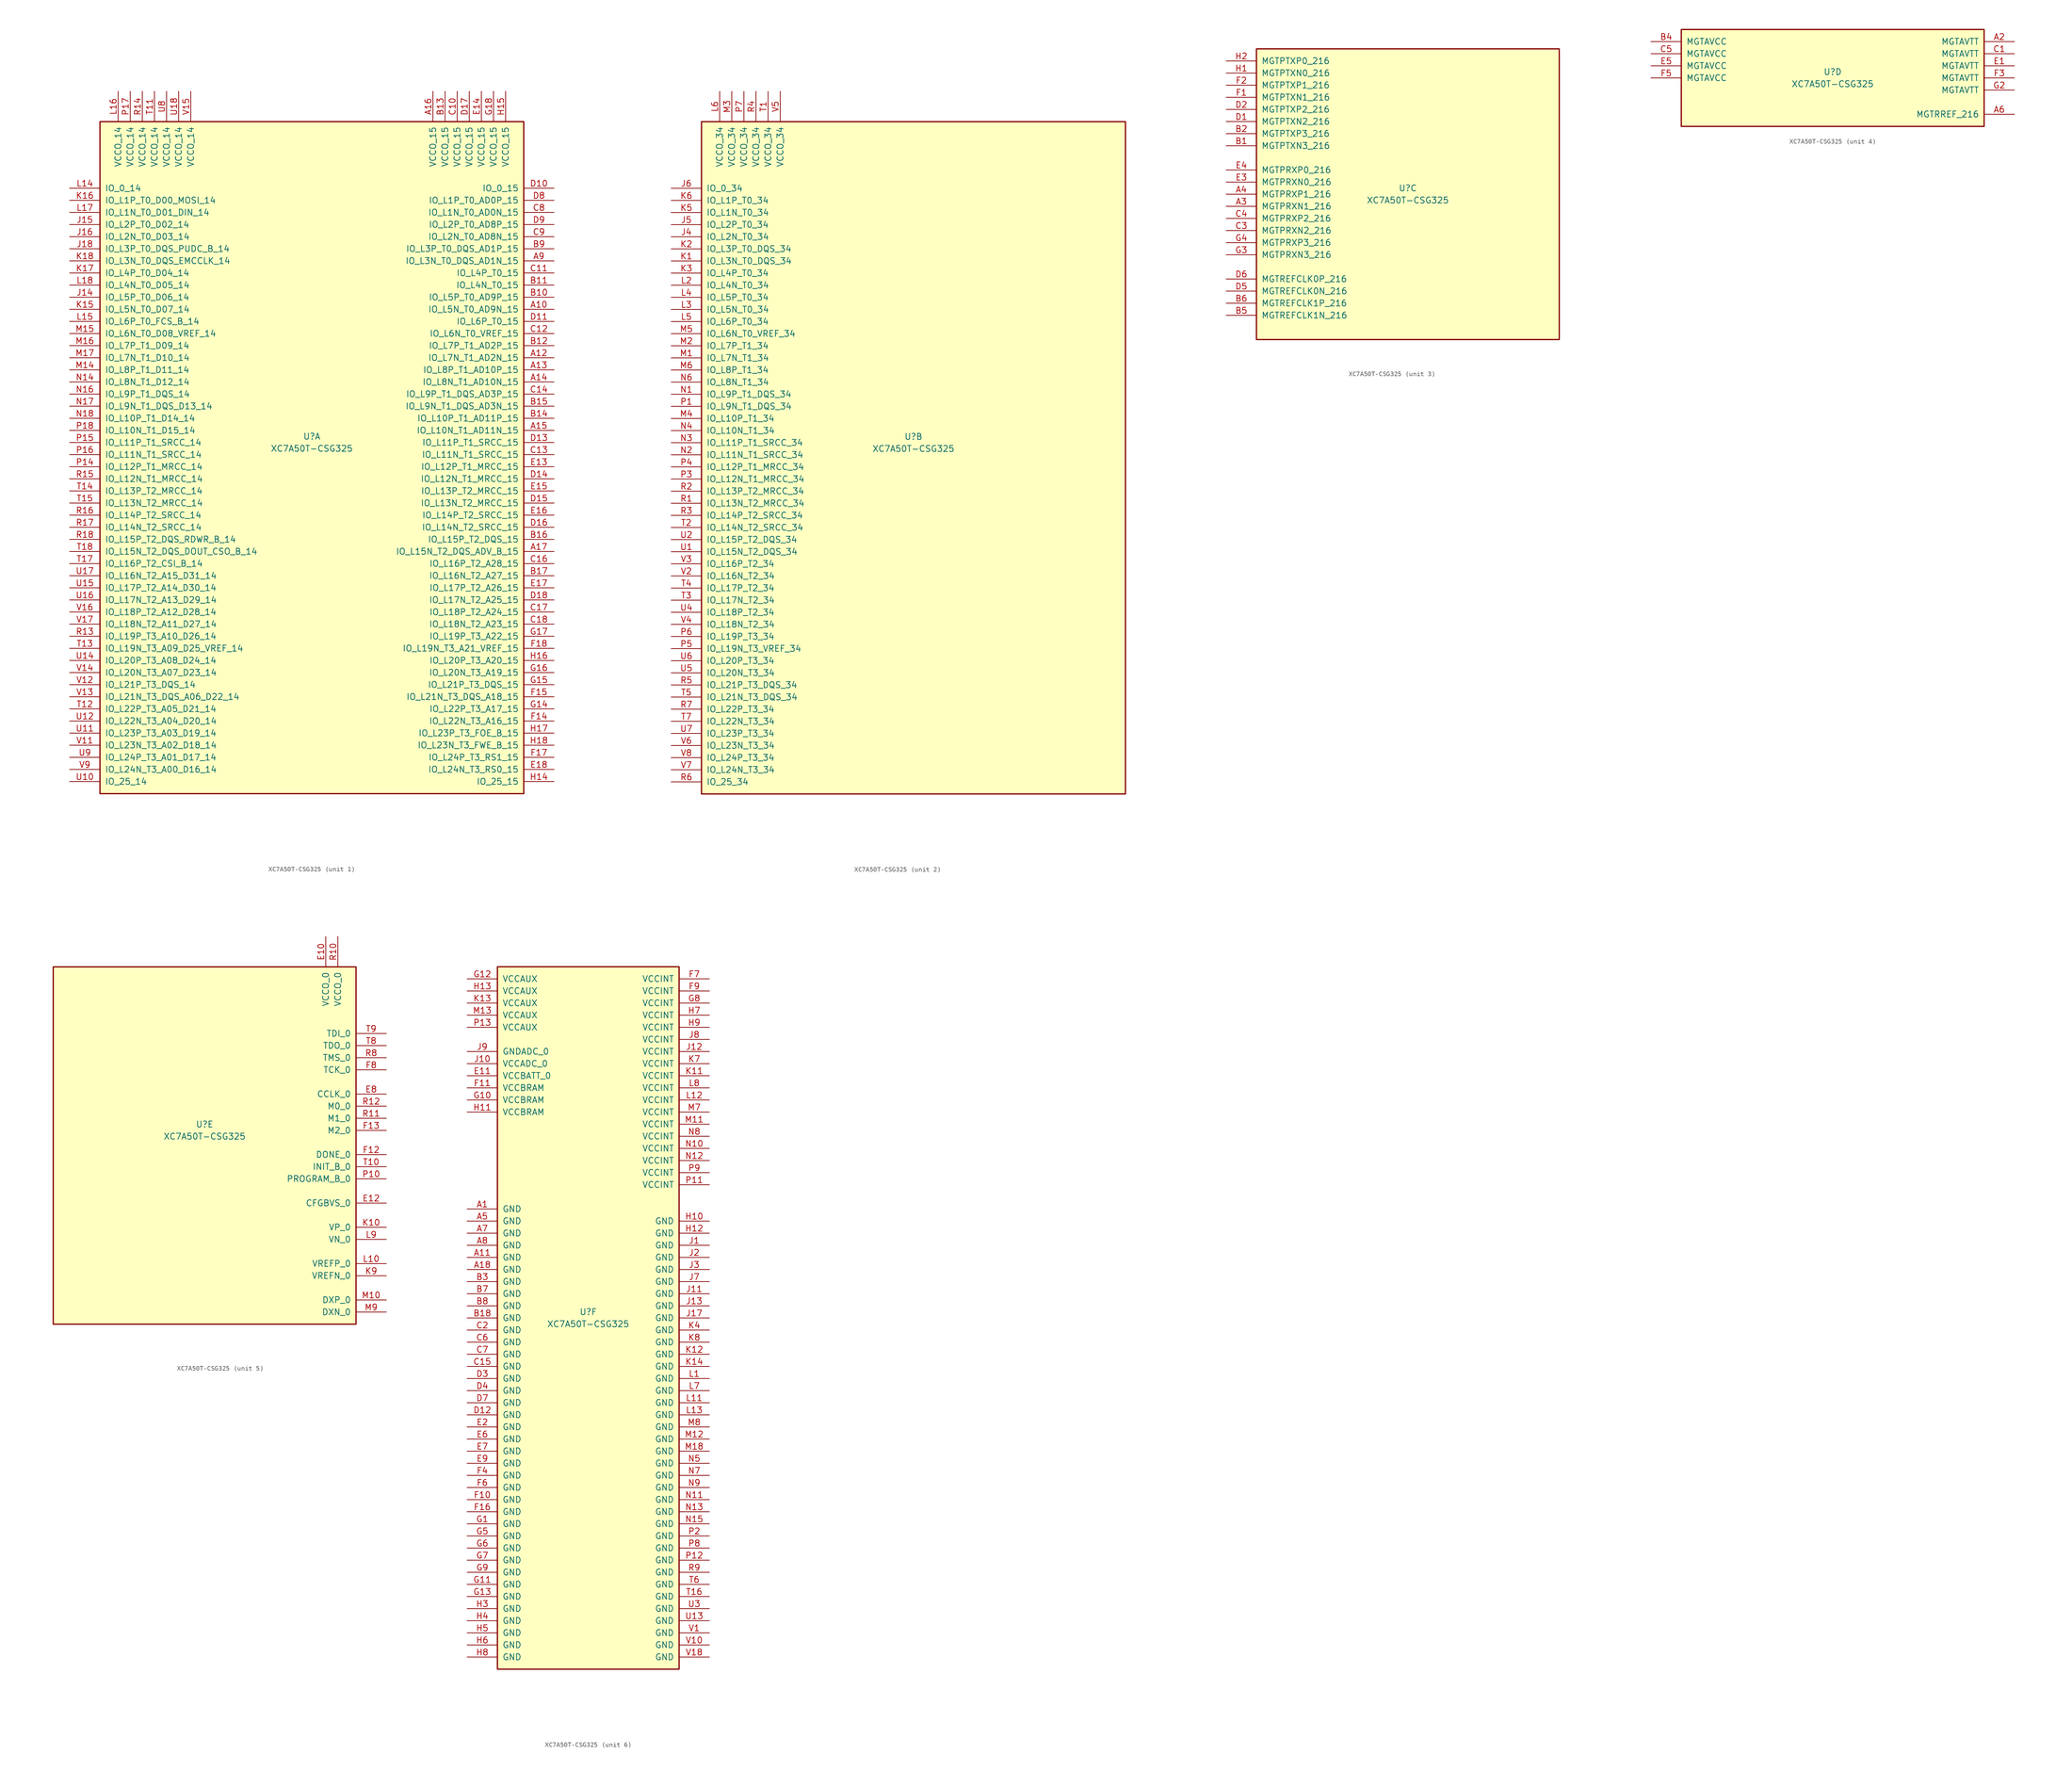
<source format=kicad_sym>
(kicad_symbol_lib
  (version 20211014)
  (generator kicad_symbol_editor)
  (symbol "XC7A50T-CSG325"
    (pin_names
      (offset 1.016))
    (property "Reference" "U"
      (at 0 1.27 0)
      (effects (font (size 1.27 1.27))))
    (property "Value" "XC7A50T-CSG325"
      (at 0 -1.27 0)
      (effects (font (size 1.27 1.27))))
    (property "Datasheet" ""
      (at 0 0 0)
      (effects (font (size 1.27 1.27))))
    (property "ki_locked" ""
      (at 0 0 0)
      (effects (font (size 1.27 1.27))))
    (symbol "XC7A50T-CSG325_1_1"
      (rectangle (start -44.45 67.31) (end 44.45 -73.66) (stroke (width 0.254) (type default) (color 0 0 0 0)) (fill (type background)))
      (pin bidirectional line (at 50.8 27.94 180) (length 6.35) (name "IO_L5N_T0_AD9N_15" (effects (font (size 1.27 1.27)))) (number "A10" (effects (font (size 1.27 1.27)))))
      (pin bidirectional line (at 50.8 17.78 180) (length 6.35) (name "IO_L7N_T1_AD2N_15" (effects (font (size 1.27 1.27)))) (number "A12" (effects (font (size 1.27 1.27)))))
      (pin bidirectional line (at 50.8 15.24 180) (length 6.35) (name "IO_L8P_T1_AD10P_15" (effects (font (size 1.27 1.27)))) (number "A13" (effects (font (size 1.27 1.27)))))
      (pin bidirectional line (at 50.8 12.7 180) (length 6.35) (name "IO_L8N_T1_AD10N_15" (effects (font (size 1.27 1.27)))) (number "A14" (effects (font (size 1.27 1.27)))))
      (pin bidirectional line (at 50.8 2.54 180) (length 6.35) (name "IO_L10N_T1_AD11N_15" (effects (font (size 1.27 1.27)))) (number "A15" (effects (font (size 1.27 1.27)))))
      (pin power_in line (at 25.4 73.66 270) (length 6.35) (name "VCCO_15" (effects (font (size 1.27 1.27)))) (number "A16" (effects (font (size 1.27 1.27)))))
      (pin bidirectional line (at 50.8 -22.86 180) (length 6.35) (name "IO_L15N_T2_DQS_ADV_B_15" (effects (font (size 1.27 1.27)))) (number "A17" (effects (font (size 1.27 1.27)))))
      (pin bidirectional line (at 50.8 38.1 180) (length 6.35) (name "IO_L3N_T0_DQS_AD1N_15" (effects (font (size 1.27 1.27)))) (number "A9" (effects (font (size 1.27 1.27)))))
      (pin bidirectional line (at 50.8 30.48 180) (length 6.35) (name "IO_L5P_T0_AD9P_15" (effects (font (size 1.27 1.27)))) (number "B10" (effects (font (size 1.27 1.27)))))
      (pin bidirectional line (at 50.8 33.02 180) (length 6.35) (name "IO_L4N_T0_15" (effects (font (size 1.27 1.27)))) (number "B11" (effects (font (size 1.27 1.27)))))
      (pin bidirectional line (at 50.8 20.32 180) (length 6.35) (name "IO_L7P_T1_AD2P_15" (effects (font (size 1.27 1.27)))) (number "B12" (effects (font (size 1.27 1.27)))))
      (pin power_in line (at 27.94 73.66 270) (length 6.35) (name "VCCO_15" (effects (font (size 1.27 1.27)))) (number "B13" (effects (font (size 1.27 1.27)))))
      (pin bidirectional line (at 50.8 5.08 180) (length 6.35) (name "IO_L10P_T1_AD11P_15" (effects (font (size 1.27 1.27)))) (number "B14" (effects (font (size 1.27 1.27)))))
      (pin bidirectional line (at 50.8 7.62 180) (length 6.35) (name "IO_L9N_T1_DQS_AD3N_15" (effects (font (size 1.27 1.27)))) (number "B15" (effects (font (size 1.27 1.27)))))
      (pin bidirectional line (at 50.8 -20.32 180) (length 6.35) (name "IO_L15P_T2_DQS_15" (effects (font (size 1.27 1.27)))) (number "B16" (effects (font (size 1.27 1.27)))))
      (pin bidirectional line (at 50.8 -27.94 180) (length 6.35) (name "IO_L16N_T2_A27_15" (effects (font (size 1.27 1.27)))) (number "B17" (effects (font (size 1.27 1.27)))))
      (pin bidirectional line (at 50.8 40.64 180) (length 6.35) (name "IO_L3P_T0_DQS_AD1P_15" (effects (font (size 1.27 1.27)))) (number "B9" (effects (font (size 1.27 1.27)))))
      (pin power_in line (at 30.48 73.66 270) (length 6.35) (name "VCCO_15" (effects (font (size 1.27 1.27)))) (number "C10" (effects (font (size 1.27 1.27)))))
      (pin bidirectional line (at 50.8 35.56 180) (length 6.35) (name "IO_L4P_T0_15" (effects (font (size 1.27 1.27)))) (number "C11" (effects (font (size 1.27 1.27)))))
      (pin bidirectional line (at 50.8 22.86 180) (length 6.35) (name "IO_L6N_T0_VREF_15" (effects (font (size 1.27 1.27)))) (number "C12" (effects (font (size 1.27 1.27)))))
      (pin bidirectional line (at 50.8 -2.54 180) (length 6.35) (name "IO_L11N_T1_SRCC_15" (effects (font (size 1.27 1.27)))) (number "C13" (effects (font (size 1.27 1.27)))))
      (pin bidirectional line (at 50.8 10.16 180) (length 6.35) (name "IO_L9P_T1_DQS_AD3P_15" (effects (font (size 1.27 1.27)))) (number "C14" (effects (font (size 1.27 1.27)))))
      (pin bidirectional line (at 50.8 -25.4 180) (length 6.35) (name "IO_L16P_T2_A28_15" (effects (font (size 1.27 1.27)))) (number "C16" (effects (font (size 1.27 1.27)))))
      (pin bidirectional line (at 50.8 -35.56 180) (length 6.35) (name "IO_L18P_T2_A24_15" (effects (font (size 1.27 1.27)))) (number "C17" (effects (font (size 1.27 1.27)))))
      (pin bidirectional line (at 50.8 -38.1 180) (length 6.35) (name "IO_L18N_T2_A23_15" (effects (font (size 1.27 1.27)))) (number "C18" (effects (font (size 1.27 1.27)))))
      (pin bidirectional line (at 50.8 48.26 180) (length 6.35) (name "IO_L1N_T0_AD0N_15" (effects (font (size 1.27 1.27)))) (number "C8" (effects (font (size 1.27 1.27)))))
      (pin bidirectional line (at 50.8 43.18 180) (length 6.35) (name "IO_L2N_T0_AD8N_15" (effects (font (size 1.27 1.27)))) (number "C9" (effects (font (size 1.27 1.27)))))
      (pin bidirectional line (at 50.8 53.34 180) (length 6.35) (name "IO_0_15" (effects (font (size 1.27 1.27)))) (number "D10" (effects (font (size 1.27 1.27)))))
      (pin bidirectional line (at 50.8 25.4 180) (length 6.35) (name "IO_L6P_T0_15" (effects (font (size 1.27 1.27)))) (number "D11" (effects (font (size 1.27 1.27)))))
      (pin bidirectional line (at 50.8 0 180) (length 6.35) (name "IO_L11P_T1_SRCC_15" (effects (font (size 1.27 1.27)))) (number "D13" (effects (font (size 1.27 1.27)))))
      (pin bidirectional line (at 50.8 -7.62 180) (length 6.35) (name "IO_L12N_T1_MRCC_15" (effects (font (size 1.27 1.27)))) (number "D14" (effects (font (size 1.27 1.27)))))
      (pin bidirectional line (at 50.8 -12.7 180) (length 6.35) (name "IO_L13N_T2_MRCC_15" (effects (font (size 1.27 1.27)))) (number "D15" (effects (font (size 1.27 1.27)))))
      (pin bidirectional line (at 50.8 -17.78 180) (length 6.35) (name "IO_L14N_T2_SRCC_15" (effects (font (size 1.27 1.27)))) (number "D16" (effects (font (size 1.27 1.27)))))
      (pin power_in line (at 33.02 73.66 270) (length 6.35) (name "VCCO_15" (effects (font (size 1.27 1.27)))) (number "D17" (effects (font (size 1.27 1.27)))))
      (pin bidirectional line (at 50.8 -33.02 180) (length 6.35) (name "IO_L17N_T2_A25_15" (effects (font (size 1.27 1.27)))) (number "D18" (effects (font (size 1.27 1.27)))))
      (pin bidirectional line (at 50.8 50.8 180) (length 6.35) (name "IO_L1P_T0_AD0P_15" (effects (font (size 1.27 1.27)))) (number "D8" (effects (font (size 1.27 1.27)))))
      (pin bidirectional line (at 50.8 45.72 180) (length 6.35) (name "IO_L2P_T0_AD8P_15" (effects (font (size 1.27 1.27)))) (number "D9" (effects (font (size 1.27 1.27)))))
      (pin bidirectional line (at 50.8 -5.08 180) (length 6.35) (name "IO_L12P_T1_MRCC_15" (effects (font (size 1.27 1.27)))) (number "E13" (effects (font (size 1.27 1.27)))))
      (pin power_in line (at 35.56 73.66 270) (length 6.35) (name "VCCO_15" (effects (font (size 1.27 1.27)))) (number "E14" (effects (font (size 1.27 1.27)))))
      (pin bidirectional line (at 50.8 -10.16 180) (length 6.35) (name "IO_L13P_T2_MRCC_15" (effects (font (size 1.27 1.27)))) (number "E15" (effects (font (size 1.27 1.27)))))
      (pin bidirectional line (at 50.8 -15.24 180) (length 6.35) (name "IO_L14P_T2_SRCC_15" (effects (font (size 1.27 1.27)))) (number "E16" (effects (font (size 1.27 1.27)))))
      (pin bidirectional line (at 50.8 -30.48 180) (length 6.35) (name "IO_L17P_T2_A26_15" (effects (font (size 1.27 1.27)))) (number "E17" (effects (font (size 1.27 1.27)))))
      (pin bidirectional line (at 50.8 -68.58 180) (length 6.35) (name "IO_L24N_T3_RS0_15" (effects (font (size 1.27 1.27)))) (number "E18" (effects (font (size 1.27 1.27)))))
      (pin bidirectional line (at 50.8 -58.42 180) (length 6.35) (name "IO_L22N_T3_A16_15" (effects (font (size 1.27 1.27)))) (number "F14" (effects (font (size 1.27 1.27)))))
      (pin bidirectional line (at 50.8 -53.34 180) (length 6.35) (name "IO_L21N_T3_DQS_A18_15" (effects (font (size 1.27 1.27)))) (number "F15" (effects (font (size 1.27 1.27)))))
      (pin bidirectional line (at 50.8 -66.04 180) (length 6.35) (name "IO_L24P_T3_RS1_15" (effects (font (size 1.27 1.27)))) (number "F17" (effects (font (size 1.27 1.27)))))
      (pin bidirectional line (at 50.8 -43.18 180) (length 6.35) (name "IO_L19N_T3_A21_VREF_15" (effects (font (size 1.27 1.27)))) (number "F18" (effects (font (size 1.27 1.27)))))
      (pin bidirectional line (at 50.8 -55.88 180) (length 6.35) (name "IO_L22P_T3_A17_15" (effects (font (size 1.27 1.27)))) (number "G14" (effects (font (size 1.27 1.27)))))
      (pin bidirectional line (at 50.8 -50.8 180) (length 6.35) (name "IO_L21P_T3_DQS_15" (effects (font (size 1.27 1.27)))) (number "G15" (effects (font (size 1.27 1.27)))))
      (pin bidirectional line (at 50.8 -48.26 180) (length 6.35) (name "IO_L20N_T3_A19_15" (effects (font (size 1.27 1.27)))) (number "G16" (effects (font (size 1.27 1.27)))))
      (pin bidirectional line (at 50.8 -40.64 180) (length 6.35) (name "IO_L19P_T3_A22_15" (effects (font (size 1.27 1.27)))) (number "G17" (effects (font (size 1.27 1.27)))))
      (pin power_in line (at 38.1 73.66 270) (length 6.35) (name "VCCO_15" (effects (font (size 1.27 1.27)))) (number "G18" (effects (font (size 1.27 1.27)))))
      (pin bidirectional line (at 50.8 -71.12 180) (length 6.35) (name "IO_25_15" (effects (font (size 1.27 1.27)))) (number "H14" (effects (font (size 1.27 1.27)))))
      (pin power_in line (at 40.64 73.66 270) (length 6.35) (name "VCCO_15" (effects (font (size 1.27 1.27)))) (number "H15" (effects (font (size 1.27 1.27)))))
      (pin bidirectional line (at 50.8 -45.72 180) (length 6.35) (name "IO_L20P_T3_A20_15" (effects (font (size 1.27 1.27)))) (number "H16" (effects (font (size 1.27 1.27)))))
      (pin bidirectional line (at 50.8 -60.96 180) (length 6.35) (name "IO_L23P_T3_FOE_B_15" (effects (font (size 1.27 1.27)))) (number "H17" (effects (font (size 1.27 1.27)))))
      (pin bidirectional line (at 50.8 -63.5 180) (length 6.35) (name "IO_L23N_T3_FWE_B_15" (effects (font (size 1.27 1.27)))) (number "H18" (effects (font (size 1.27 1.27)))))
      (pin bidirectional line (at -50.8 30.48 0) (length 6.35) (name "IO_L5P_T0_D06_14" (effects (font (size 1.27 1.27)))) (number "J14" (effects (font (size 1.27 1.27)))))
      (pin bidirectional line (at -50.8 45.72 0) (length 6.35) (name "IO_L2P_T0_D02_14" (effects (font (size 1.27 1.27)))) (number "J15" (effects (font (size 1.27 1.27)))))
      (pin bidirectional line (at -50.8 43.18 0) (length 6.35) (name "IO_L2N_T0_D03_14" (effects (font (size 1.27 1.27)))) (number "J16" (effects (font (size 1.27 1.27)))))
      (pin bidirectional line (at -50.8 40.64 0) (length 6.35) (name "IO_L3P_T0_DQS_PUDC_B_14" (effects (font (size 1.27 1.27)))) (number "J18" (effects (font (size 1.27 1.27)))))
      (pin bidirectional line (at -50.8 27.94 0) (length 6.35) (name "IO_L5N_T0_D07_14" (effects (font (size 1.27 1.27)))) (number "K15" (effects (font (size 1.27 1.27)))))
      (pin bidirectional line (at -50.8 50.8 0) (length 6.35) (name "IO_L1P_T0_D00_MOSI_14" (effects (font (size 1.27 1.27)))) (number "K16" (effects (font (size 1.27 1.27)))))
      (pin bidirectional line (at -50.8 35.56 0) (length 6.35) (name "IO_L4P_T0_D04_14" (effects (font (size 1.27 1.27)))) (number "K17" (effects (font (size 1.27 1.27)))))
      (pin bidirectional line (at -50.8 38.1 0) (length 6.35) (name "IO_L3N_T0_DQS_EMCCLK_14" (effects (font (size 1.27 1.27)))) (number "K18" (effects (font (size 1.27 1.27)))))
      (pin bidirectional line (at -50.8 53.34 0) (length 6.35) (name "IO_0_14" (effects (font (size 1.27 1.27)))) (number "L14" (effects (font (size 1.27 1.27)))))
      (pin bidirectional line (at -50.8 25.4 0) (length 6.35) (name "IO_L6P_T0_FCS_B_14" (effects (font (size 1.27 1.27)))) (number "L15" (effects (font (size 1.27 1.27)))))
      (pin power_in line (at -40.64 73.66 270) (length 6.35) (name "VCCO_14" (effects (font (size 1.27 1.27)))) (number "L16" (effects (font (size 1.27 1.27)))))
      (pin bidirectional line (at -50.8 48.26 0) (length 6.35) (name "IO_L1N_T0_D01_DIN_14" (effects (font (size 1.27 1.27)))) (number "L17" (effects (font (size 1.27 1.27)))))
      (pin bidirectional line (at -50.8 33.02 0) (length 6.35) (name "IO_L4N_T0_D05_14" (effects (font (size 1.27 1.27)))) (number "L18" (effects (font (size 1.27 1.27)))))
      (pin bidirectional line (at -50.8 15.24 0) (length 6.35) (name "IO_L8P_T1_D11_14" (effects (font (size 1.27 1.27)))) (number "M14" (effects (font (size 1.27 1.27)))))
      (pin bidirectional line (at -50.8 22.86 0) (length 6.35) (name "IO_L6N_T0_D08_VREF_14" (effects (font (size 1.27 1.27)))) (number "M15" (effects (font (size 1.27 1.27)))))
      (pin bidirectional line (at -50.8 20.32 0) (length 6.35) (name "IO_L7P_T1_D09_14" (effects (font (size 1.27 1.27)))) (number "M16" (effects (font (size 1.27 1.27)))))
      (pin bidirectional line (at -50.8 17.78 0) (length 6.35) (name "IO_L7N_T1_D10_14" (effects (font (size 1.27 1.27)))) (number "M17" (effects (font (size 1.27 1.27)))))
      (pin bidirectional line (at -50.8 12.7 0) (length 6.35) (name "IO_L8N_T1_D12_14" (effects (font (size 1.27 1.27)))) (number "N14" (effects (font (size 1.27 1.27)))))
      (pin bidirectional line (at -50.8 10.16 0) (length 6.35) (name "IO_L9P_T1_DQS_14" (effects (font (size 1.27 1.27)))) (number "N16" (effects (font (size 1.27 1.27)))))
      (pin bidirectional line (at -50.8 7.62 0) (length 6.35) (name "IO_L9N_T1_DQS_D13_14" (effects (font (size 1.27 1.27)))) (number "N17" (effects (font (size 1.27 1.27)))))
      (pin bidirectional line (at -50.8 5.08 0) (length 6.35) (name "IO_L10P_T1_D14_14" (effects (font (size 1.27 1.27)))) (number "N18" (effects (font (size 1.27 1.27)))))
      (pin bidirectional line (at -50.8 -5.08 0) (length 6.35) (name "IO_L12P_T1_MRCC_14" (effects (font (size 1.27 1.27)))) (number "P14" (effects (font (size 1.27 1.27)))))
      (pin bidirectional line (at -50.8 0 0) (length 6.35) (name "IO_L11P_T1_SRCC_14" (effects (font (size 1.27 1.27)))) (number "P15" (effects (font (size 1.27 1.27)))))
      (pin bidirectional line (at -50.8 -2.54 0) (length 6.35) (name "IO_L11N_T1_SRCC_14" (effects (font (size 1.27 1.27)))) (number "P16" (effects (font (size 1.27 1.27)))))
      (pin power_in line (at -38.1 73.66 270) (length 6.35) (name "VCCO_14" (effects (font (size 1.27 1.27)))) (number "P17" (effects (font (size 1.27 1.27)))))
      (pin bidirectional line (at -50.8 2.54 0) (length 6.35) (name "IO_L10N_T1_D15_14" (effects (font (size 1.27 1.27)))) (number "P18" (effects (font (size 1.27 1.27)))))
      (pin bidirectional line (at -50.8 -40.64 0) (length 6.35) (name "IO_L19P_T3_A10_D26_14" (effects (font (size 1.27 1.27)))) (number "R13" (effects (font (size 1.27 1.27)))))
      (pin power_in line (at -35.56 73.66 270) (length 6.35) (name "VCCO_14" (effects (font (size 1.27 1.27)))) (number "R14" (effects (font (size 1.27 1.27)))))
      (pin bidirectional line (at -50.8 -7.62 0) (length 6.35) (name "IO_L12N_T1_MRCC_14" (effects (font (size 1.27 1.27)))) (number "R15" (effects (font (size 1.27 1.27)))))
      (pin bidirectional line (at -50.8 -15.24 0) (length 6.35) (name "IO_L14P_T2_SRCC_14" (effects (font (size 1.27 1.27)))) (number "R16" (effects (font (size 1.27 1.27)))))
      (pin bidirectional line (at -50.8 -17.78 0) (length 6.35) (name "IO_L14N_T2_SRCC_14" (effects (font (size 1.27 1.27)))) (number "R17" (effects (font (size 1.27 1.27)))))
      (pin bidirectional line (at -50.8 -20.32 0) (length 6.35) (name "IO_L15P_T2_DQS_RDWR_B_14" (effects (font (size 1.27 1.27)))) (number "R18" (effects (font (size 1.27 1.27)))))
      (pin power_in line (at -33.02 73.66 270) (length 6.35) (name "VCCO_14" (effects (font (size 1.27 1.27)))) (number "T11" (effects (font (size 1.27 1.27)))))
      (pin bidirectional line (at -50.8 -55.88 0) (length 6.35) (name "IO_L22P_T3_A05_D21_14" (effects (font (size 1.27 1.27)))) (number "T12" (effects (font (size 1.27 1.27)))))
      (pin bidirectional line (at -50.8 -43.18 0) (length 6.35) (name "IO_L19N_T3_A09_D25_VREF_14" (effects (font (size 1.27 1.27)))) (number "T13" (effects (font (size 1.27 1.27)))))
      (pin bidirectional line (at -50.8 -10.16 0) (length 6.35) (name "IO_L13P_T2_MRCC_14" (effects (font (size 1.27 1.27)))) (number "T14" (effects (font (size 1.27 1.27)))))
      (pin bidirectional line (at -50.8 -12.7 0) (length 6.35) (name "IO_L13N_T2_MRCC_14" (effects (font (size 1.27 1.27)))) (number "T15" (effects (font (size 1.27 1.27)))))
      (pin bidirectional line (at -50.8 -25.4 0) (length 6.35) (name "IO_L16P_T2_CSI_B_14" (effects (font (size 1.27 1.27)))) (number "T17" (effects (font (size 1.27 1.27)))))
      (pin bidirectional line (at -50.8 -22.86 0) (length 6.35) (name "IO_L15N_T2_DQS_DOUT_CSO_B_14" (effects (font (size 1.27 1.27)))) (number "T18" (effects (font (size 1.27 1.27)))))
      (pin bidirectional line (at -50.8 -71.12 0) (length 6.35) (name "IO_25_14" (effects (font (size 1.27 1.27)))) (number "U10" (effects (font (size 1.27 1.27)))))
      (pin bidirectional line (at -50.8 -60.96 0) (length 6.35) (name "IO_L23P_T3_A03_D19_14" (effects (font (size 1.27 1.27)))) (number "U11" (effects (font (size 1.27 1.27)))))
      (pin bidirectional line (at -50.8 -58.42 0) (length 6.35) (name "IO_L22N_T3_A04_D20_14" (effects (font (size 1.27 1.27)))) (number "U12" (effects (font (size 1.27 1.27)))))
      (pin bidirectional line (at -50.8 -45.72 0) (length 6.35) (name "IO_L20P_T3_A08_D24_14" (effects (font (size 1.27 1.27)))) (number "U14" (effects (font (size 1.27 1.27)))))
      (pin bidirectional line (at -50.8 -30.48 0) (length 6.35) (name "IO_L17P_T2_A14_D30_14" (effects (font (size 1.27 1.27)))) (number "U15" (effects (font (size 1.27 1.27)))))
      (pin bidirectional line (at -50.8 -33.02 0) (length 6.35) (name "IO_L17N_T2_A13_D29_14" (effects (font (size 1.27 1.27)))) (number "U16" (effects (font (size 1.27 1.27)))))
      (pin bidirectional line (at -50.8 -27.94 0) (length 6.35) (name "IO_L16N_T2_A15_D31_14" (effects (font (size 1.27 1.27)))) (number "U17" (effects (font (size 1.27 1.27)))))
      (pin power_in line (at -27.94 73.66 270) (length 6.35) (name "VCCO_14" (effects (font (size 1.27 1.27)))) (number "U18" (effects (font (size 1.27 1.27)))))
      (pin power_in line (at -30.48 73.66 270) (length 6.35) (name "VCCO_14" (effects (font (size 1.27 1.27)))) (number "U8" (effects (font (size 1.27 1.27)))))
      (pin bidirectional line (at -50.8 -66.04 0) (length 6.35) (name "IO_L24P_T3_A01_D17_14" (effects (font (size 1.27 1.27)))) (number "U9" (effects (font (size 1.27 1.27)))))
      (pin bidirectional line (at -50.8 -63.5 0) (length 6.35) (name "IO_L23N_T3_A02_D18_14" (effects (font (size 1.27 1.27)))) (number "V11" (effects (font (size 1.27 1.27)))))
      (pin bidirectional line (at -50.8 -50.8 0) (length 6.35) (name "IO_L21P_T3_DQS_14" (effects (font (size 1.27 1.27)))) (number "V12" (effects (font (size 1.27 1.27)))))
      (pin bidirectional line (at -50.8 -53.34 0) (length 6.35) (name "IO_L21N_T3_DQS_A06_D22_14" (effects (font (size 1.27 1.27)))) (number "V13" (effects (font (size 1.27 1.27)))))
      (pin bidirectional line (at -50.8 -48.26 0) (length 6.35) (name "IO_L20N_T3_A07_D23_14" (effects (font (size 1.27 1.27)))) (number "V14" (effects (font (size 1.27 1.27)))))
      (pin power_in line (at -25.4 73.66 270) (length 6.35) (name "VCCO_14" (effects (font (size 1.27 1.27)))) (number "V15" (effects (font (size 1.27 1.27)))))
      (pin bidirectional line (at -50.8 -35.56 0) (length 6.35) (name "IO_L18P_T2_A12_D28_14" (effects (font (size 1.27 1.27)))) (number "V16" (effects (font (size 1.27 1.27)))))
      (pin bidirectional line (at -50.8 -38.1 0) (length 6.35) (name "IO_L18N_T2_A11_D27_14" (effects (font (size 1.27 1.27)))) (number "V17" (effects (font (size 1.27 1.27)))))
      (pin bidirectional line (at -50.8 -68.58 0) (length 6.35) (name "IO_L24N_T3_A00_D16_14" (effects (font (size 1.27 1.27)))) (number "V9" (effects (font (size 1.27 1.27))))))
    (symbol "XC7A50T-CSG325_2_1"
      (rectangle (start -44.45 67.31) (end 44.45 -73.66) (stroke (width 0.254) (type default) (color 0 0 0 0)) (fill (type background)))
      (pin bidirectional line (at -50.8 43.18 0) (length 6.35) (name "IO_L2N_T0_34" (effects (font (size 1.27 1.27)))) (number "J4" (effects (font (size 1.27 1.27)))))
      (pin bidirectional line (at -50.8 45.72 0) (length 6.35) (name "IO_L2P_T0_34" (effects (font (size 1.27 1.27)))) (number "J5" (effects (font (size 1.27 1.27)))))
      (pin bidirectional line (at -50.8 53.34 0) (length 6.35) (name "IO_0_34" (effects (font (size 1.27 1.27)))) (number "J6" (effects (font (size 1.27 1.27)))))
      (pin bidirectional line (at -50.8 38.1 0) (length 6.35) (name "IO_L3N_T0_DQS_34" (effects (font (size 1.27 1.27)))) (number "K1" (effects (font (size 1.27 1.27)))))
      (pin bidirectional line (at -50.8 40.64 0) (length 6.35) (name "IO_L3P_T0_DQS_34" (effects (font (size 1.27 1.27)))) (number "K2" (effects (font (size 1.27 1.27)))))
      (pin bidirectional line (at -50.8 35.56 0) (length 6.35) (name "IO_L4P_T0_34" (effects (font (size 1.27 1.27)))) (number "K3" (effects (font (size 1.27 1.27)))))
      (pin bidirectional line (at -50.8 48.26 0) (length 6.35) (name "IO_L1N_T0_34" (effects (font (size 1.27 1.27)))) (number "K5" (effects (font (size 1.27 1.27)))))
      (pin bidirectional line (at -50.8 50.8 0) (length 6.35) (name "IO_L1P_T0_34" (effects (font (size 1.27 1.27)))) (number "K6" (effects (font (size 1.27 1.27)))))
      (pin bidirectional line (at -50.8 33.02 0) (length 6.35) (name "IO_L4N_T0_34" (effects (font (size 1.27 1.27)))) (number "L2" (effects (font (size 1.27 1.27)))))
      (pin bidirectional line (at -50.8 27.94 0) (length 6.35) (name "IO_L5N_T0_34" (effects (font (size 1.27 1.27)))) (number "L3" (effects (font (size 1.27 1.27)))))
      (pin bidirectional line (at -50.8 30.48 0) (length 6.35) (name "IO_L5P_T0_34" (effects (font (size 1.27 1.27)))) (number "L4" (effects (font (size 1.27 1.27)))))
      (pin bidirectional line (at -50.8 25.4 0) (length 6.35) (name "IO_L6P_T0_34" (effects (font (size 1.27 1.27)))) (number "L5" (effects (font (size 1.27 1.27)))))
      (pin power_in line (at -40.64 73.66 270) (length 6.35) (name "VCCO_34" (effects (font (size 1.27 1.27)))) (number "L6" (effects (font (size 1.27 1.27)))))
      (pin bidirectional line (at -50.8 17.78 0) (length 6.35) (name "IO_L7N_T1_34" (effects (font (size 1.27 1.27)))) (number "M1" (effects (font (size 1.27 1.27)))))
      (pin bidirectional line (at -50.8 20.32 0) (length 6.35) (name "IO_L7P_T1_34" (effects (font (size 1.27 1.27)))) (number "M2" (effects (font (size 1.27 1.27)))))
      (pin power_in line (at -38.1 73.66 270) (length 6.35) (name "VCCO_34" (effects (font (size 1.27 1.27)))) (number "M3" (effects (font (size 1.27 1.27)))))
      (pin bidirectional line (at -50.8 5.08 0) (length 6.35) (name "IO_L10P_T1_34" (effects (font (size 1.27 1.27)))) (number "M4" (effects (font (size 1.27 1.27)))))
      (pin bidirectional line (at -50.8 22.86 0) (length 6.35) (name "IO_L6N_T0_VREF_34" (effects (font (size 1.27 1.27)))) (number "M5" (effects (font (size 1.27 1.27)))))
      (pin bidirectional line (at -50.8 15.24 0) (length 6.35) (name "IO_L8P_T1_34" (effects (font (size 1.27 1.27)))) (number "M6" (effects (font (size 1.27 1.27)))))
      (pin bidirectional line (at -50.8 10.16 0) (length 6.35) (name "IO_L9P_T1_DQS_34" (effects (font (size 1.27 1.27)))) (number "N1" (effects (font (size 1.27 1.27)))))
      (pin bidirectional line (at -50.8 -2.54 0) (length 6.35) (name "IO_L11N_T1_SRCC_34" (effects (font (size 1.27 1.27)))) (number "N2" (effects (font (size 1.27 1.27)))))
      (pin bidirectional line (at -50.8 0 0) (length 6.35) (name "IO_L11P_T1_SRCC_34" (effects (font (size 1.27 1.27)))) (number "N3" (effects (font (size 1.27 1.27)))))
      (pin bidirectional line (at -50.8 2.54 0) (length 6.35) (name "IO_L10N_T1_34" (effects (font (size 1.27 1.27)))) (number "N4" (effects (font (size 1.27 1.27)))))
      (pin bidirectional line (at -50.8 12.7 0) (length 6.35) (name "IO_L8N_T1_34" (effects (font (size 1.27 1.27)))) (number "N6" (effects (font (size 1.27 1.27)))))
      (pin bidirectional line (at -50.8 7.62 0) (length 6.35) (name "IO_L9N_T1_DQS_34" (effects (font (size 1.27 1.27)))) (number "P1" (effects (font (size 1.27 1.27)))))
      (pin bidirectional line (at -50.8 -7.62 0) (length 6.35) (name "IO_L12N_T1_MRCC_34" (effects (font (size 1.27 1.27)))) (number "P3" (effects (font (size 1.27 1.27)))))
      (pin bidirectional line (at -50.8 -5.08 0) (length 6.35) (name "IO_L12P_T1_MRCC_34" (effects (font (size 1.27 1.27)))) (number "P4" (effects (font (size 1.27 1.27)))))
      (pin bidirectional line (at -50.8 -43.18 0) (length 6.35) (name "IO_L19N_T3_VREF_34" (effects (font (size 1.27 1.27)))) (number "P5" (effects (font (size 1.27 1.27)))))
      (pin bidirectional line (at -50.8 -40.64 0) (length 6.35) (name "IO_L19P_T3_34" (effects (font (size 1.27 1.27)))) (number "P6" (effects (font (size 1.27 1.27)))))
      (pin power_in line (at -35.56 73.66 270) (length 6.35) (name "VCCO_34" (effects (font (size 1.27 1.27)))) (number "P7" (effects (font (size 1.27 1.27)))))
      (pin bidirectional line (at -50.8 -12.7 0) (length 6.35) (name "IO_L13N_T2_MRCC_34" (effects (font (size 1.27 1.27)))) (number "R1" (effects (font (size 1.27 1.27)))))
      (pin bidirectional line (at -50.8 -10.16 0) (length 6.35) (name "IO_L13P_T2_MRCC_34" (effects (font (size 1.27 1.27)))) (number "R2" (effects (font (size 1.27 1.27)))))
      (pin bidirectional line (at -50.8 -15.24 0) (length 6.35) (name "IO_L14P_T2_SRCC_34" (effects (font (size 1.27 1.27)))) (number "R3" (effects (font (size 1.27 1.27)))))
      (pin power_in line (at -33.02 73.66 270) (length 6.35) (name "VCCO_34" (effects (font (size 1.27 1.27)))) (number "R4" (effects (font (size 1.27 1.27)))))
      (pin bidirectional line (at -50.8 -50.8 0) (length 6.35) (name "IO_L21P_T3_DQS_34" (effects (font (size 1.27 1.27)))) (number "R5" (effects (font (size 1.27 1.27)))))
      (pin bidirectional line (at -50.8 -71.12 0) (length 6.35) (name "IO_25_34" (effects (font (size 1.27 1.27)))) (number "R6" (effects (font (size 1.27 1.27)))))
      (pin bidirectional line (at -50.8 -55.88 0) (length 6.35) (name "IO_L22P_T3_34" (effects (font (size 1.27 1.27)))) (number "R7" (effects (font (size 1.27 1.27)))))
      (pin power_in line (at -30.48 73.66 270) (length 6.35) (name "VCCO_34" (effects (font (size 1.27 1.27)))) (number "T1" (effects (font (size 1.27 1.27)))))
      (pin bidirectional line (at -50.8 -17.78 0) (length 6.35) (name "IO_L14N_T2_SRCC_34" (effects (font (size 1.27 1.27)))) (number "T2" (effects (font (size 1.27 1.27)))))
      (pin bidirectional line (at -50.8 -33.02 0) (length 6.35) (name "IO_L17N_T2_34" (effects (font (size 1.27 1.27)))) (number "T3" (effects (font (size 1.27 1.27)))))
      (pin bidirectional line (at -50.8 -30.48 0) (length 6.35) (name "IO_L17P_T2_34" (effects (font (size 1.27 1.27)))) (number "T4" (effects (font (size 1.27 1.27)))))
      (pin bidirectional line (at -50.8 -53.34 0) (length 6.35) (name "IO_L21N_T3_DQS_34" (effects (font (size 1.27 1.27)))) (number "T5" (effects (font (size 1.27 1.27)))))
      (pin bidirectional line (at -50.8 -58.42 0) (length 6.35) (name "IO_L22N_T3_34" (effects (font (size 1.27 1.27)))) (number "T7" (effects (font (size 1.27 1.27)))))
      (pin bidirectional line (at -50.8 -22.86 0) (length 6.35) (name "IO_L15N_T2_DQS_34" (effects (font (size 1.27 1.27)))) (number "U1" (effects (font (size 1.27 1.27)))))
      (pin bidirectional line (at -50.8 -20.32 0) (length 6.35) (name "IO_L15P_T2_DQS_34" (effects (font (size 1.27 1.27)))) (number "U2" (effects (font (size 1.27 1.27)))))
      (pin bidirectional line (at -50.8 -35.56 0) (length 6.35) (name "IO_L18P_T2_34" (effects (font (size 1.27 1.27)))) (number "U4" (effects (font (size 1.27 1.27)))))
      (pin bidirectional line (at -50.8 -48.26 0) (length 6.35) (name "IO_L20N_T3_34" (effects (font (size 1.27 1.27)))) (number "U5" (effects (font (size 1.27 1.27)))))
      (pin bidirectional line (at -50.8 -45.72 0) (length 6.35) (name "IO_L20P_T3_34" (effects (font (size 1.27 1.27)))) (number "U6" (effects (font (size 1.27 1.27)))))
      (pin bidirectional line (at -50.8 -60.96 0) (length 6.35) (name "IO_L23P_T3_34" (effects (font (size 1.27 1.27)))) (number "U7" (effects (font (size 1.27 1.27)))))
      (pin bidirectional line (at -50.8 -27.94 0) (length 6.35) (name "IO_L16N_T2_34" (effects (font (size 1.27 1.27)))) (number "V2" (effects (font (size 1.27 1.27)))))
      (pin bidirectional line (at -50.8 -25.4 0) (length 6.35) (name "IO_L16P_T2_34" (effects (font (size 1.27 1.27)))) (number "V3" (effects (font (size 1.27 1.27)))))
      (pin bidirectional line (at -50.8 -38.1 0) (length 6.35) (name "IO_L18N_T2_34" (effects (font (size 1.27 1.27)))) (number "V4" (effects (font (size 1.27 1.27)))))
      (pin power_in line (at -27.94 73.66 270) (length 6.35) (name "VCCO_34" (effects (font (size 1.27 1.27)))) (number "V5" (effects (font (size 1.27 1.27)))))
      (pin bidirectional line (at -50.8 -63.5 0) (length 6.35) (name "IO_L23N_T3_34" (effects (font (size 1.27 1.27)))) (number "V6" (effects (font (size 1.27 1.27)))))
      (pin bidirectional line (at -50.8 -68.58 0) (length 6.35) (name "IO_L24N_T3_34" (effects (font (size 1.27 1.27)))) (number "V7" (effects (font (size 1.27 1.27)))))
      (pin bidirectional line (at -50.8 -66.04 0) (length 6.35) (name "IO_L24P_T3_34" (effects (font (size 1.27 1.27)))) (number "V8" (effects (font (size 1.27 1.27))))))
    (symbol "XC7A50T-CSG325_3_1"
      (rectangle (start -31.75 30.48) (end 31.75 -30.48) (stroke (width 0.254) (type default) (color 0 0 0 0)) (fill (type background)))
      (pin bidirectional line (at -38.1 -2.54 0) (length 6.35) (name "MGTPRXN1_216" (effects (font (size 1.27 1.27)))) (number "A3" (effects (font (size 1.27 1.27)))))
      (pin bidirectional line (at -38.1 0 0) (length 6.35) (name "MGTPRXP1_216" (effects (font (size 1.27 1.27)))) (number "A4" (effects (font (size 1.27 1.27)))))
      (pin bidirectional line (at -38.1 10.16 0) (length 6.35) (name "MGTPTXN3_216" (effects (font (size 1.27 1.27)))) (number "B1" (effects (font (size 1.27 1.27)))))
      (pin bidirectional line (at -38.1 12.7 0) (length 6.35) (name "MGTPTXP3_216" (effects (font (size 1.27 1.27)))) (number "B2" (effects (font (size 1.27 1.27)))))
      (pin bidirectional line (at -38.1 -25.4 0) (length 6.35) (name "MGTREFCLK1N_216" (effects (font (size 1.27 1.27)))) (number "B5" (effects (font (size 1.27 1.27)))))
      (pin bidirectional line (at -38.1 -22.86 0) (length 6.35) (name "MGTREFCLK1P_216" (effects (font (size 1.27 1.27)))) (number "B6" (effects (font (size 1.27 1.27)))))
      (pin bidirectional line (at -38.1 -7.62 0) (length 6.35) (name "MGTPRXN2_216" (effects (font (size 1.27 1.27)))) (number "C3" (effects (font (size 1.27 1.27)))))
      (pin bidirectional line (at -38.1 -5.08 0) (length 6.35) (name "MGTPRXP2_216" (effects (font (size 1.27 1.27)))) (number "C4" (effects (font (size 1.27 1.27)))))
      (pin bidirectional line (at -38.1 15.24 0) (length 6.35) (name "MGTPTXN2_216" (effects (font (size 1.27 1.27)))) (number "D1" (effects (font (size 1.27 1.27)))))
      (pin bidirectional line (at -38.1 17.78 0) (length 6.35) (name "MGTPTXP2_216" (effects (font (size 1.27 1.27)))) (number "D2" (effects (font (size 1.27 1.27)))))
      (pin bidirectional line (at -38.1 -20.32 0) (length 6.35) (name "MGTREFCLK0N_216" (effects (font (size 1.27 1.27)))) (number "D5" (effects (font (size 1.27 1.27)))))
      (pin bidirectional line (at -38.1 -17.78 0) (length 6.35) (name "MGTREFCLK0P_216" (effects (font (size 1.27 1.27)))) (number "D6" (effects (font (size 1.27 1.27)))))
      (pin bidirectional line (at -38.1 2.54 0) (length 6.35) (name "MGTPRXN0_216" (effects (font (size 1.27 1.27)))) (number "E3" (effects (font (size 1.27 1.27)))))
      (pin bidirectional line (at -38.1 5.08 0) (length 6.35) (name "MGTPRXP0_216" (effects (font (size 1.27 1.27)))) (number "E4" (effects (font (size 1.27 1.27)))))
      (pin bidirectional line (at -38.1 20.32 0) (length 6.35) (name "MGTPTXN1_216" (effects (font (size 1.27 1.27)))) (number "F1" (effects (font (size 1.27 1.27)))))
      (pin bidirectional line (at -38.1 22.86 0) (length 6.35) (name "MGTPTXP1_216" (effects (font (size 1.27 1.27)))) (number "F2" (effects (font (size 1.27 1.27)))))
      (pin bidirectional line (at -38.1 -12.7 0) (length 6.35) (name "MGTPRXN3_216" (effects (font (size 1.27 1.27)))) (number "G3" (effects (font (size 1.27 1.27)))))
      (pin bidirectional line (at -38.1 -10.16 0) (length 6.35) (name "MGTPRXP3_216" (effects (font (size 1.27 1.27)))) (number "G4" (effects (font (size 1.27 1.27)))))
      (pin bidirectional line (at -38.1 25.4 0) (length 6.35) (name "MGTPTXN0_216" (effects (font (size 1.27 1.27)))) (number "H1" (effects (font (size 1.27 1.27)))))
      (pin bidirectional line (at -38.1 27.94 0) (length 6.35) (name "MGTPTXP0_216" (effects (font (size 1.27 1.27)))) (number "H2" (effects (font (size 1.27 1.27))))))
    (symbol "XC7A50T-CSG325_4_1"
      (rectangle (start -31.75 10.16) (end 31.75 -10.16) (stroke (width 0.254) (type default) (color 0 0 0 0)) (fill (type background)))
      (pin power_in line (at 38.1 7.62 180) (length 6.35) (name "MGTAVTT" (effects (font (size 1.27 1.27)))) (number "A2" (effects (font (size 1.27 1.27)))))
      (pin power_in line (at 38.1 -7.62 180) (length 6.35) (name "MGTRREF_216" (effects (font (size 1.27 1.27)))) (number "A6" (effects (font (size 1.27 1.27)))))
      (pin power_in line (at -38.1 7.62 0) (length 6.35) (name "MGTAVCC" (effects (font (size 1.27 1.27)))) (number "B4" (effects (font (size 1.27 1.27)))))
      (pin power_in line (at 38.1 5.08 180) (length 6.35) (name "MGTAVTT" (effects (font (size 1.27 1.27)))) (number "C1" (effects (font (size 1.27 1.27)))))
      (pin power_in line (at -38.1 5.08 0) (length 6.35) (name "MGTAVCC" (effects (font (size 1.27 1.27)))) (number "C5" (effects (font (size 1.27 1.27)))))
      (pin power_in line (at 38.1 2.54 180) (length 6.35) (name "MGTAVTT" (effects (font (size 1.27 1.27)))) (number "E1" (effects (font (size 1.27 1.27)))))
      (pin power_in line (at -38.1 2.54 0) (length 6.35) (name "MGTAVCC" (effects (font (size 1.27 1.27)))) (number "E5" (effects (font (size 1.27 1.27)))))
      (pin power_in line (at 38.1 0 180) (length 6.35) (name "MGTAVTT" (effects (font (size 1.27 1.27)))) (number "F3" (effects (font (size 1.27 1.27)))))
      (pin power_in line (at -38.1 0 0) (length 6.35) (name "MGTAVCC" (effects (font (size 1.27 1.27)))) (number "F5" (effects (font (size 1.27 1.27)))))
      (pin power_in line (at 38.1 -2.54 180) (length 6.35) (name "MGTAVTT" (effects (font (size 1.27 1.27)))) (number "G2" (effects (font (size 1.27 1.27))))))
    (symbol "XC7A50T-CSG325_5_1"
      (rectangle (start -31.75 34.29) (end 31.75 -40.64) (stroke (width 0.254) (type default) (color 0 0 0 0)) (fill (type background)))
      (pin power_in line (at 25.4 40.64 270) (length 6.35) (name "VCCO_0" (effects (font (size 1.27 1.27)))) (number "E10" (effects (font (size 1.27 1.27)))))
      (pin bidirectional line (at 38.1 -15.24 180) (length 6.35) (name "CFGBVS_0" (effects (font (size 1.27 1.27)))) (number "E12" (effects (font (size 1.27 1.27)))))
      (pin bidirectional line (at 38.1 7.62 180) (length 6.35) (name "CCLK_0" (effects (font (size 1.27 1.27)))) (number "E8" (effects (font (size 1.27 1.27)))))
      (pin bidirectional line (at 38.1 -5.08 180) (length 6.35) (name "DONE_0" (effects (font (size 1.27 1.27)))) (number "F12" (effects (font (size 1.27 1.27)))))
      (pin bidirectional line (at 38.1 0 180) (length 6.35) (name "M2_0" (effects (font (size 1.27 1.27)))) (number "F13" (effects (font (size 1.27 1.27)))))
      (pin bidirectional line (at 38.1 12.7 180) (length 6.35) (name "TCK_0" (effects (font (size 1.27 1.27)))) (number "F8" (effects (font (size 1.27 1.27)))))
      (pin bidirectional line (at 38.1 -20.32 180) (length 6.35) (name "VP_0" (effects (font (size 1.27 1.27)))) (number "K10" (effects (font (size 1.27 1.27)))))
      (pin bidirectional line (at 38.1 -30.48 180) (length 6.35) (name "VREFN_0" (effects (font (size 1.27 1.27)))) (number "K9" (effects (font (size 1.27 1.27)))))
      (pin bidirectional line (at 38.1 -27.94 180) (length 6.35) (name "VREFP_0" (effects (font (size 1.27 1.27)))) (number "L10" (effects (font (size 1.27 1.27)))))
      (pin bidirectional line (at 38.1 -22.86 180) (length 6.35) (name "VN_0" (effects (font (size 1.27 1.27)))) (number "L9" (effects (font (size 1.27 1.27)))))
      (pin bidirectional line (at 38.1 -35.56 180) (length 6.35) (name "DXP_0" (effects (font (size 1.27 1.27)))) (number "M10" (effects (font (size 1.27 1.27)))))
      (pin bidirectional line (at 38.1 -38.1 180) (length 6.35) (name "DXN_0" (effects (font (size 1.27 1.27)))) (number "M9" (effects (font (size 1.27 1.27)))))
      (pin bidirectional line (at 38.1 -10.16 180) (length 6.35) (name "PROGRAM_B_0" (effects (font (size 1.27 1.27)))) (number "P10" (effects (font (size 1.27 1.27)))))
      (pin power_in line (at 27.94 40.64 270) (length 6.35) (name "VCCO_0" (effects (font (size 1.27 1.27)))) (number "R10" (effects (font (size 1.27 1.27)))))
      (pin bidirectional line (at 38.1 2.54 180) (length 6.35) (name "M1_0" (effects (font (size 1.27 1.27)))) (number "R11" (effects (font (size 1.27 1.27)))))
      (pin bidirectional line (at 38.1 5.08 180) (length 6.35) (name "M0_0" (effects (font (size 1.27 1.27)))) (number "R12" (effects (font (size 1.27 1.27)))))
      (pin bidirectional line (at 38.1 15.24 180) (length 6.35) (name "TMS_0" (effects (font (size 1.27 1.27)))) (number "R8" (effects (font (size 1.27 1.27)))))
      (pin bidirectional line (at 38.1 -7.62 180) (length 6.35) (name "INIT_B_0" (effects (font (size 1.27 1.27)))) (number "T10" (effects (font (size 1.27 1.27)))))
      (pin bidirectional line (at 38.1 17.78 180) (length 6.35) (name "TDO_0" (effects (font (size 1.27 1.27)))) (number "T8" (effects (font (size 1.27 1.27)))))
      (pin bidirectional line (at 38.1 20.32 180) (length 6.35) (name "TDI_0" (effects (font (size 1.27 1.27)))) (number "T9" (effects (font (size 1.27 1.27))))))
    (symbol "XC7A50T-CSG325_6_1"
      (rectangle (start -19.05 73.66) (end 19.05 -73.66) (stroke (width 0.254) (type default) (color 0 0 0 0)) (fill (type background)))
      (pin power_in line (at -25.4 22.86 0) (length 6.35) (name "GND" (effects (font (size 1.27 1.27)))) (number "A1" (effects (font (size 1.27 1.27)))))
      (pin power_in line (at -25.4 12.7 0) (length 6.35) (name "GND" (effects (font (size 1.27 1.27)))) (number "A11" (effects (font (size 1.27 1.27)))))
      (pin power_in line (at -25.4 10.16 0) (length 6.35) (name "GND" (effects (font (size 1.27 1.27)))) (number "A18" (effects (font (size 1.27 1.27)))))
      (pin power_in line (at -25.4 20.32 0) (length 6.35) (name "GND" (effects (font (size 1.27 1.27)))) (number "A5" (effects (font (size 1.27 1.27)))))
      (pin power_in line (at -25.4 17.78 0) (length 6.35) (name "GND" (effects (font (size 1.27 1.27)))) (number "A7" (effects (font (size 1.27 1.27)))))
      (pin power_in line (at -25.4 15.24 0) (length 6.35) (name "GND" (effects (font (size 1.27 1.27)))) (number "A8" (effects (font (size 1.27 1.27)))))
      (pin power_in line (at -25.4 0 0) (length 6.35) (name "GND" (effects (font (size 1.27 1.27)))) (number "B18" (effects (font (size 1.27 1.27)))))
      (pin power_in line (at -25.4 7.62 0) (length 6.35) (name "GND" (effects (font (size 1.27 1.27)))) (number "B3" (effects (font (size 1.27 1.27)))))
      (pin power_in line (at -25.4 5.08 0) (length 6.35) (name "GND" (effects (font (size 1.27 1.27)))) (number "B7" (effects (font (size 1.27 1.27)))))
      (pin power_in line (at -25.4 2.54 0) (length 6.35) (name "GND" (effects (font (size 1.27 1.27)))) (number "B8" (effects (font (size 1.27 1.27)))))
      (pin power_in line (at -25.4 -10.16 0) (length 6.35) (name "GND" (effects (font (size 1.27 1.27)))) (number "C15" (effects (font (size 1.27 1.27)))))
      (pin power_in line (at -25.4 -2.54 0) (length 6.35) (name "GND" (effects (font (size 1.27 1.27)))) (number "C2" (effects (font (size 1.27 1.27)))))
      (pin power_in line (at -25.4 -5.08 0) (length 6.35) (name "GND" (effects (font (size 1.27 1.27)))) (number "C6" (effects (font (size 1.27 1.27)))))
      (pin power_in line (at -25.4 -7.62 0) (length 6.35) (name "GND" (effects (font (size 1.27 1.27)))) (number "C7" (effects (font (size 1.27 1.27)))))
      (pin power_in line (at -25.4 -20.32 0) (length 6.35) (name "GND" (effects (font (size 1.27 1.27)))) (number "D12" (effects (font (size 1.27 1.27)))))
      (pin power_in line (at -25.4 -12.7 0) (length 6.35) (name "GND" (effects (font (size 1.27 1.27)))) (number "D3" (effects (font (size 1.27 1.27)))))
      (pin power_in line (at -25.4 -15.24 0) (length 6.35) (name "GND" (effects (font (size 1.27 1.27)))) (number "D4" (effects (font (size 1.27 1.27)))))
      (pin power_in line (at -25.4 -17.78 0) (length 6.35) (name "GND" (effects (font (size 1.27 1.27)))) (number "D7" (effects (font (size 1.27 1.27)))))
      (pin power_in line (at -25.4 50.8 0) (length 6.35) (name "VCCBATT_0" (effects (font (size 1.27 1.27)))) (number "E11" (effects (font (size 1.27 1.27)))))
      (pin power_in line (at -25.4 -22.86 0) (length 6.35) (name "GND" (effects (font (size 1.27 1.27)))) (number "E2" (effects (font (size 1.27 1.27)))))
      (pin power_in line (at -25.4 -25.4 0) (length 6.35) (name "GND" (effects (font (size 1.27 1.27)))) (number "E6" (effects (font (size 1.27 1.27)))))
      (pin power_in line (at -25.4 -27.94 0) (length 6.35) (name "GND" (effects (font (size 1.27 1.27)))) (number "E7" (effects (font (size 1.27 1.27)))))
      (pin power_in line (at -25.4 -30.48 0) (length 6.35) (name "GND" (effects (font (size 1.27 1.27)))) (number "E9" (effects (font (size 1.27 1.27)))))
      (pin power_in line (at -25.4 -38.1 0) (length 6.35) (name "GND" (effects (font (size 1.27 1.27)))) (number "F10" (effects (font (size 1.27 1.27)))))
      (pin power_in line (at -25.4 48.26 0) (length 6.35) (name "VCCBRAM" (effects (font (size 1.27 1.27)))) (number "F11" (effects (font (size 1.27 1.27)))))
      (pin power_in line (at -25.4 -40.64 0) (length 6.35) (name "GND" (effects (font (size 1.27 1.27)))) (number "F16" (effects (font (size 1.27 1.27)))))
      (pin power_in line (at -25.4 -33.02 0) (length 6.35) (name "GND" (effects (font (size 1.27 1.27)))) (number "F4" (effects (font (size 1.27 1.27)))))
      (pin power_in line (at -25.4 -35.56 0) (length 6.35) (name "GND" (effects (font (size 1.27 1.27)))) (number "F6" (effects (font (size 1.27 1.27)))))
      (pin power_in line (at 25.4 71.12 180) (length 6.35) (name "VCCINT" (effects (font (size 1.27 1.27)))) (number "F7" (effects (font (size 1.27 1.27)))))
      (pin power_in line (at 25.4 68.58 180) (length 6.35) (name "VCCINT" (effects (font (size 1.27 1.27)))) (number "F9" (effects (font (size 1.27 1.27)))))
      (pin power_in line (at -25.4 -43.18 0) (length 6.35) (name "GND" (effects (font (size 1.27 1.27)))) (number "G1" (effects (font (size 1.27 1.27)))))
      (pin power_in line (at -25.4 45.72 0) (length 6.35) (name "VCCBRAM" (effects (font (size 1.27 1.27)))) (number "G10" (effects (font (size 1.27 1.27)))))
      (pin power_in line (at -25.4 -55.88 0) (length 6.35) (name "GND" (effects (font (size 1.27 1.27)))) (number "G11" (effects (font (size 1.27 1.27)))))
      (pin power_in line (at -25.4 71.12 0) (length 6.35) (name "VCCAUX" (effects (font (size 1.27 1.27)))) (number "G12" (effects (font (size 1.27 1.27)))))
      (pin power_in line (at -25.4 -58.42 0) (length 6.35) (name "GND" (effects (font (size 1.27 1.27)))) (number "G13" (effects (font (size 1.27 1.27)))))
      (pin power_in line (at -25.4 -45.72 0) (length 6.35) (name "GND" (effects (font (size 1.27 1.27)))) (number "G5" (effects (font (size 1.27 1.27)))))
      (pin power_in line (at -25.4 -48.26 0) (length 6.35) (name "GND" (effects (font (size 1.27 1.27)))) (number "G6" (effects (font (size 1.27 1.27)))))
      (pin power_in line (at -25.4 -50.8 0) (length 6.35) (name "GND" (effects (font (size 1.27 1.27)))) (number "G7" (effects (font (size 1.27 1.27)))))
      (pin power_in line (at 25.4 66.04 180) (length 6.35) (name "VCCINT" (effects (font (size 1.27 1.27)))) (number "G8" (effects (font (size 1.27 1.27)))))
      (pin power_in line (at -25.4 -53.34 0) (length 6.35) (name "GND" (effects (font (size 1.27 1.27)))) (number "G9" (effects (font (size 1.27 1.27)))))
      (pin power_in line (at 25.4 20.32 180) (length 6.35) (name "GND" (effects (font (size 1.27 1.27)))) (number "H10" (effects (font (size 1.27 1.27)))))
      (pin power_in line (at -25.4 43.18 0) (length 6.35) (name "VCCBRAM" (effects (font (size 1.27 1.27)))) (number "H11" (effects (font (size 1.27 1.27)))))
      (pin power_in line (at 25.4 17.78 180) (length 6.35) (name "GND" (effects (font (size 1.27 1.27)))) (number "H12" (effects (font (size 1.27 1.27)))))
      (pin power_in line (at -25.4 68.58 0) (length 6.35) (name "VCCAUX" (effects (font (size 1.27 1.27)))) (number "H13" (effects (font (size 1.27 1.27)))))
      (pin power_in line (at -25.4 -60.96 0) (length 6.35) (name "GND" (effects (font (size 1.27 1.27)))) (number "H3" (effects (font (size 1.27 1.27)))))
      (pin power_in line (at -25.4 -63.5 0) (length 6.35) (name "GND" (effects (font (size 1.27 1.27)))) (number "H4" (effects (font (size 1.27 1.27)))))
      (pin power_in line (at -25.4 -66.04 0) (length 6.35) (name "GND" (effects (font (size 1.27 1.27)))) (number "H5" (effects (font (size 1.27 1.27)))))
      (pin power_in line (at -25.4 -68.58 0) (length 6.35) (name "GND" (effects (font (size 1.27 1.27)))) (number "H6" (effects (font (size 1.27 1.27)))))
      (pin power_in line (at 25.4 63.5 180) (length 6.35) (name "VCCINT" (effects (font (size 1.27 1.27)))) (number "H7" (effects (font (size 1.27 1.27)))))
      (pin power_in line (at -25.4 -71.12 0) (length 6.35) (name "GND" (effects (font (size 1.27 1.27)))) (number "H8" (effects (font (size 1.27 1.27)))))
      (pin power_in line (at 25.4 60.96 180) (length 6.35) (name "VCCINT" (effects (font (size 1.27 1.27)))) (number "H9" (effects (font (size 1.27 1.27)))))
      (pin power_in line (at 25.4 15.24 180) (length 6.35) (name "GND" (effects (font (size 1.27 1.27)))) (number "J1" (effects (font (size 1.27 1.27)))))
      (pin power_in line (at -25.4 53.34 0) (length 6.35) (name "VCCADC_0" (effects (font (size 1.27 1.27)))) (number "J10" (effects (font (size 1.27 1.27)))))
      (pin power_in line (at 25.4 5.08 180) (length 6.35) (name "GND" (effects (font (size 1.27 1.27)))) (number "J11" (effects (font (size 1.27 1.27)))))
      (pin power_in line (at 25.4 55.88 180) (length 6.35) (name "VCCINT" (effects (font (size 1.27 1.27)))) (number "J12" (effects (font (size 1.27 1.27)))))
      (pin power_in line (at 25.4 2.54 180) (length 6.35) (name "GND" (effects (font (size 1.27 1.27)))) (number "J13" (effects (font (size 1.27 1.27)))))
      (pin power_in line (at 25.4 0 180) (length 6.35) (name "GND" (effects (font (size 1.27 1.27)))) (number "J17" (effects (font (size 1.27 1.27)))))
      (pin power_in line (at 25.4 12.7 180) (length 6.35) (name "GND" (effects (font (size 1.27 1.27)))) (number "J2" (effects (font (size 1.27 1.27)))))
      (pin power_in line (at 25.4 10.16 180) (length 6.35) (name "GND" (effects (font (size 1.27 1.27)))) (number "J3" (effects (font (size 1.27 1.27)))))
      (pin power_in line (at 25.4 7.62 180) (length 6.35) (name "GND" (effects (font (size 1.27 1.27)))) (number "J7" (effects (font (size 1.27 1.27)))))
      (pin power_in line (at 25.4 58.42 180) (length 6.35) (name "VCCINT" (effects (font (size 1.27 1.27)))) (number "J8" (effects (font (size 1.27 1.27)))))
      (pin power_in line (at -25.4 55.88 0) (length 6.35) (name "GNDADC_0" (effects (font (size 1.27 1.27)))) (number "J9" (effects (font (size 1.27 1.27)))))
      (pin power_in line (at 25.4 50.8 180) (length 6.35) (name "VCCINT" (effects (font (size 1.27 1.27)))) (number "K11" (effects (font (size 1.27 1.27)))))
      (pin power_in line (at 25.4 -7.62 180) (length 6.35) (name "GND" (effects (font (size 1.27 1.27)))) (number "K12" (effects (font (size 1.27 1.27)))))
      (pin power_in line (at -25.4 66.04 0) (length 6.35) (name "VCCAUX" (effects (font (size 1.27 1.27)))) (number "K13" (effects (font (size 1.27 1.27)))))
      (pin power_in line (at 25.4 -10.16 180) (length 6.35) (name "GND" (effects (font (size 1.27 1.27)))) (number "K14" (effects (font (size 1.27 1.27)))))
      (pin power_in line (at 25.4 -2.54 180) (length 6.35) (name "GND" (effects (font (size 1.27 1.27)))) (number "K4" (effects (font (size 1.27 1.27)))))
      (pin power_in line (at 25.4 53.34 180) (length 6.35) (name "VCCINT" (effects (font (size 1.27 1.27)))) (number "K7" (effects (font (size 1.27 1.27)))))
      (pin power_in line (at 25.4 -5.08 180) (length 6.35) (name "GND" (effects (font (size 1.27 1.27)))) (number "K8" (effects (font (size 1.27 1.27)))))
      (pin power_in line (at 25.4 -12.7 180) (length 6.35) (name "GND" (effects (font (size 1.27 1.27)))) (number "L1" (effects (font (size 1.27 1.27)))))
      (pin power_in line (at 25.4 -17.78 180) (length 6.35) (name "GND" (effects (font (size 1.27 1.27)))) (number "L11" (effects (font (size 1.27 1.27)))))
      (pin power_in line (at 25.4 45.72 180) (length 6.35) (name "VCCINT" (effects (font (size 1.27 1.27)))) (number "L12" (effects (font (size 1.27 1.27)))))
      (pin power_in line (at 25.4 -20.32 180) (length 6.35) (name "GND" (effects (font (size 1.27 1.27)))) (number "L13" (effects (font (size 1.27 1.27)))))
      (pin power_in line (at 25.4 -15.24 180) (length 6.35) (name "GND" (effects (font (size 1.27 1.27)))) (number "L7" (effects (font (size 1.27 1.27)))))
      (pin power_in line (at 25.4 48.26 180) (length 6.35) (name "VCCINT" (effects (font (size 1.27 1.27)))) (number "L8" (effects (font (size 1.27 1.27)))))
      (pin power_in line (at 25.4 40.64 180) (length 6.35) (name "VCCINT" (effects (font (size 1.27 1.27)))) (number "M11" (effects (font (size 1.27 1.27)))))
      (pin power_in line (at 25.4 -25.4 180) (length 6.35) (name "GND" (effects (font (size 1.27 1.27)))) (number "M12" (effects (font (size 1.27 1.27)))))
      (pin power_in line (at -25.4 63.5 0) (length 6.35) (name "VCCAUX" (effects (font (size 1.27 1.27)))) (number "M13" (effects (font (size 1.27 1.27)))))
      (pin power_in line (at 25.4 -27.94 180) (length 6.35) (name "GND" (effects (font (size 1.27 1.27)))) (number "M18" (effects (font (size 1.27 1.27)))))
      (pin power_in line (at 25.4 43.18 180) (length 6.35) (name "VCCINT" (effects (font (size 1.27 1.27)))) (number "M7" (effects (font (size 1.27 1.27)))))
      (pin power_in line (at 25.4 -22.86 180) (length 6.35) (name "GND" (effects (font (size 1.27 1.27)))) (number "M8" (effects (font (size 1.27 1.27)))))
      (pin power_in line (at 25.4 35.56 180) (length 6.35) (name "VCCINT" (effects (font (size 1.27 1.27)))) (number "N10" (effects (font (size 1.27 1.27)))))
      (pin power_in line (at 25.4 -38.1 180) (length 6.35) (name "GND" (effects (font (size 1.27 1.27)))) (number "N11" (effects (font (size 1.27 1.27)))))
      (pin power_in line (at 25.4 33.02 180) (length 6.35) (name "VCCINT" (effects (font (size 1.27 1.27)))) (number "N12" (effects (font (size 1.27 1.27)))))
      (pin power_in line (at 25.4 -40.64 180) (length 6.35) (name "GND" (effects (font (size 1.27 1.27)))) (number "N13" (effects (font (size 1.27 1.27)))))
      (pin power_in line (at 25.4 -43.18 180) (length 6.35) (name "GND" (effects (font (size 1.27 1.27)))) (number "N15" (effects (font (size 1.27 1.27)))))
      (pin power_in line (at 25.4 -30.48 180) (length 6.35) (name "GND" (effects (font (size 1.27 1.27)))) (number "N5" (effects (font (size 1.27 1.27)))))
      (pin power_in line (at 25.4 -33.02 180) (length 6.35) (name "GND" (effects (font (size 1.27 1.27)))) (number "N7" (effects (font (size 1.27 1.27)))))
      (pin power_in line (at 25.4 38.1 180) (length 6.35) (name "VCCINT" (effects (font (size 1.27 1.27)))) (number "N8" (effects (font (size 1.27 1.27)))))
      (pin power_in line (at 25.4 -35.56 180) (length 6.35) (name "GND" (effects (font (size 1.27 1.27)))) (number "N9" (effects (font (size 1.27 1.27)))))
      (pin power_in line (at 25.4 27.94 180) (length 6.35) (name "VCCINT" (effects (font (size 1.27 1.27)))) (number "P11" (effects (font (size 1.27 1.27)))))
      (pin power_in line (at 25.4 -50.8 180) (length 6.35) (name "GND" (effects (font (size 1.27 1.27)))) (number "P12" (effects (font (size 1.27 1.27)))))
      (pin power_in line (at -25.4 60.96 0) (length 6.35) (name "VCCAUX" (effects (font (size 1.27 1.27)))) (number "P13" (effects (font (size 1.27 1.27)))))
      (pin power_in line (at 25.4 -45.72 180) (length 6.35) (name "GND" (effects (font (size 1.27 1.27)))) (number "P2" (effects (font (size 1.27 1.27)))))
      (pin power_in line (at 25.4 -48.26 180) (length 6.35) (name "GND" (effects (font (size 1.27 1.27)))) (number "P8" (effects (font (size 1.27 1.27)))))
      (pin power_in line (at 25.4 30.48 180) (length 6.35) (name "VCCINT" (effects (font (size 1.27 1.27)))) (number "P9" (effects (font (size 1.27 1.27)))))
      (pin power_in line (at 25.4 -53.34 180) (length 6.35) (name "GND" (effects (font (size 1.27 1.27)))) (number "R9" (effects (font (size 1.27 1.27)))))
      (pin power_in line (at 25.4 -58.42 180) (length 6.35) (name "GND" (effects (font (size 1.27 1.27)))) (number "T16" (effects (font (size 1.27 1.27)))))
      (pin power_in line (at 25.4 -55.88 180) (length 6.35) (name "GND" (effects (font (size 1.27 1.27)))) (number "T6" (effects (font (size 1.27 1.27)))))
      (pin power_in line (at 25.4 -63.5 180) (length 6.35) (name "GND" (effects (font (size 1.27 1.27)))) (number "U13" (effects (font (size 1.27 1.27)))))
      (pin power_in line (at 25.4 -60.96 180) (length 6.35) (name "GND" (effects (font (size 1.27 1.27)))) (number "U3" (effects (font (size 1.27 1.27)))))
      (pin power_in line (at 25.4 -66.04 180) (length 6.35) (name "GND" (effects (font (size 1.27 1.27)))) (number "V1" (effects (font (size 1.27 1.27)))))
      (pin power_in line (at 25.4 -68.58 180) (length 6.35) (name "GND" (effects (font (size 1.27 1.27)))) (number "V10" (effects (font (size 1.27 1.27)))))
      (pin power_in line (at 25.4 -71.12 180) (length 6.35) (name "GND" (effects (font (size 1.27 1.27)))) (number "V18" (effects (font (size 1.27 1.27))))))))
</source>
